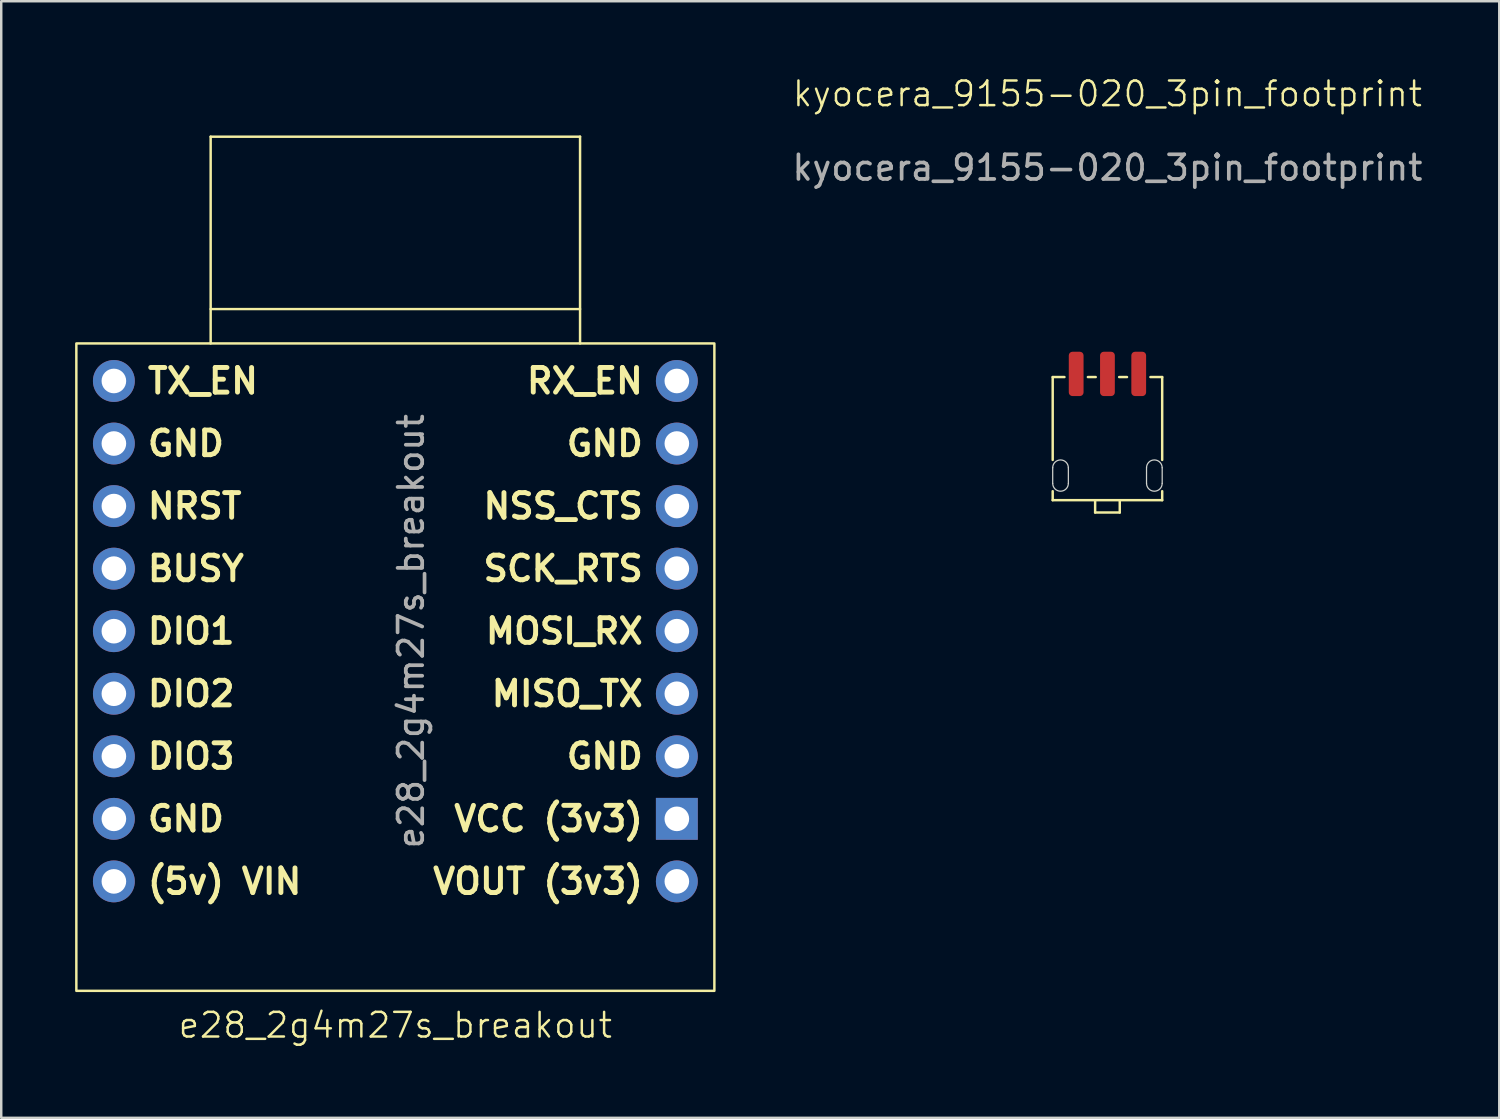
<source format=kicad_pcb>
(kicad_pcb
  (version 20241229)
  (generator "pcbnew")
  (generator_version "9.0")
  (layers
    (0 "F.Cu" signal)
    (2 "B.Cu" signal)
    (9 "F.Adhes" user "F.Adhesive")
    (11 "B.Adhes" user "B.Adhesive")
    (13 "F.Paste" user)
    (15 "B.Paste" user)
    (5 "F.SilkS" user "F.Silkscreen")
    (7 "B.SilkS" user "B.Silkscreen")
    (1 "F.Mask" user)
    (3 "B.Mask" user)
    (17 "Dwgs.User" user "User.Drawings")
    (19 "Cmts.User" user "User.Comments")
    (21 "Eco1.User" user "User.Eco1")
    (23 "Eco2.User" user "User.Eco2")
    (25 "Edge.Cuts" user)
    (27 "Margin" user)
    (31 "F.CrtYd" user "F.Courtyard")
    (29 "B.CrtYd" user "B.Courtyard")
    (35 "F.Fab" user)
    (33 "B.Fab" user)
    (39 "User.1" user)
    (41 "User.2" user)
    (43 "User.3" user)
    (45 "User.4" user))
  (footprint "kyocera_9155-020_3pin_footprint"
    (layer "F.Cu")
    (at 41.919 16.261)
    (property "Reference" "kyocera_9155-020_3pin_footprint" (at 0 -15.5 0) (unlocked yes) (layer "F.SilkS") (effects (font (size 1 1) (thickness 0.1))))
    (attr smd)
    (fp_line (start -2.223 -4) (end -2.223 -0.635) (stroke (width 0.1) (type default)) (layer "F.SilkS"))
    (fp_line (start -2.223 0.635) (end -2.223 1) (stroke (width 0.1) (type default)) (layer "F.SilkS"))
    (fp_line (start -2.223 1) (end 2.223 1) (stroke (width 0.1) (type default)) (layer "F.SilkS"))
    (fp_line (start -1.746 -4) (end -2.223 -4) (stroke (width 0.1) (type default)) (layer "F.SilkS"))
    (fp_line (start -0.794 -4) (end -0.476 -4) (stroke (width 0.1) (type default)) (layer "F.SilkS"))
    (fp_line (start -0.5 1.5) (end -0.5 1) (stroke (width 0.1) (type default)) (layer "F.SilkS"))
    (fp_line (start 0.476 -4) (end 0.794 -4) (stroke (width 0.1) (type default)) (layer "F.SilkS"))
    (fp_line (start 0.5 1.5) (end -0.5 1.5) (stroke (width 0.1) (type default)) (layer "F.SilkS"))
    (fp_line (start 0.5 1.5) (end 0.5 1) (stroke (width 0.1) (type default)) (layer "F.SilkS"))
    (fp_line (start 2.223 -4) (end 1.746 -4) (stroke (width 0.1) (type default)) (layer "F.SilkS"))
    (fp_line (start 2.223 -4) (end 2.223 -0.635) (stroke (width 0.1) (type default)) (layer "F.SilkS"))
    (fp_line (start 2.223 0.635) (end 2.223 1) (stroke (width 0.1) (type default)) (layer "F.SilkS"))
    (fp_line (start -2.223 0.318) (end -2.223 -0.318) (stroke (width 0.05) (type default)) (layer "Edge.Cuts"))
    (fp_line (start -1.587 -0.318) (end -1.587 0.318) (stroke (width 0.05) (type default)) (layer "Edge.Cuts"))
    (fp_line (start 1.587 -0.318) (end 1.587 0.318) (stroke (width 0.05) (type default)) (layer "Edge.Cuts"))
    (fp_line (start 2.223 -0.318) (end 2.223 0.318) (stroke (width 0.05) (type default)) (layer "Edge.Cuts"))
    (fp_arc (start -2.2225 -0.3175) (mid -1.905 -0.635) (end -1.5875 -0.3175) (stroke (width 0.05) (type default)) (layer "Edge.Cuts"))
    (fp_arc (start -1.5875 0.3175) (mid -1.905 0.635) (end -2.2225 0.3175) (stroke (width 0.05) (type default)) (layer "Edge.Cuts"))
    (fp_arc (start 1.5875 -0.3175) (mid 1.905 -0.635) (end 2.2225 -0.3175) (stroke (width 0.05) (type default)) (layer "Edge.Cuts"))
    (fp_arc (start 2.2225 0.3175) (mid 1.905 0.635) (end 1.5875 0.3175) (stroke (width 0.05) (type default)) (layer "Edge.Cuts"))
    (fp_line (start -1.587 -3.81) (end -1.746 -3.969) (stroke (width 0.05) (type default)) (layer "User.1"))
    (fp_line (start -1.587 -3.175) (end -1.587 -3.81) (stroke (width 0.05) (type default)) (layer "User.1"))
    (fp_line (start -1.495 -4.604) (end -1.495 -0.79) (stroke (width 0.05) (type default)) (layer "User.1"))
    (fp_line (start -1.045 -4.604) (end -1.495 -4.604) (stroke (width 0.05) (type default)) (layer "User.1"))
    (fp_line (start -1.045 -4.604) (end -1.045 -0.79) (stroke (width 0.05) (type default)) (layer "User.1"))
    (fp_line (start -1.045 -0.79) (end -1.495 -0.79) (stroke (width 0.05) (type default)) (layer "User.1"))
    (fp_line (start -0.953 -3.81) (end -0.953 -3.175) (stroke (width 0.05) (type default)) (layer "User.1"))
    (fp_line (start -0.953 -3.175) (end -1.587 -3.175) (stroke (width 0.05) (type default)) (layer "User.1"))
    (fp_line (start -0.794 -3.969) (end -0.953 -3.81) (stroke (width 0.05) (type default)) (layer "User.1"))
    (fp_line (start -0.476 -3.969) (end -0.318 -3.81) (stroke (width 0.05) (type default)) (layer "User.1"))
    (fp_line (start -0.318 -3.81) (end -0.318 -3.175) (stroke (width 0.05) (type default)) (layer "User.1"))
    (fp_line (start -0.318 -3.175) (end 0.318 -3.175) (stroke (width 0.05) (type default)) (layer "User.1"))
    (fp_line (start -0.225 -4.604) (end -0.225 -0.79) (stroke (width 0.05) (type default)) (layer "User.1"))
    (fp_line (start 0.225 -4.604) (end -0.225 -4.604) (stroke (width 0.05) (type default)) (layer "User.1"))
    (fp_line (start 0.225 -4.604) (end 0.225 -0.79) (stroke (width 0.05) (type default)) (layer "User.1"))
    (fp_line (start 0.225 -0.79) (end -0.225 -0.79) (stroke (width 0.05) (type default)) (layer "User.1"))
    (fp_line (start 0.318 -3.81) (end 0.476 -3.969) (stroke (width 0.05) (type default)) (layer "User.1"))
    (fp_line (start 0.318 -3.175) (end 0.318 -3.81) (stroke (width 0.05) (type default)) (layer "User.1"))
    (fp_line (start 0.794 -3.969) (end 0.953 -3.81) (stroke (width 0.05) (type default)) (layer "User.1"))
    (fp_line (start 0.953 -3.81) (end 0.953 -3.175) (stroke (width 0.05) (type default)) (layer "User.1"))
    (fp_line (start 0.953 -3.175) (end 1.587 -3.175) (stroke (width 0.05) (type default)) (layer "User.1"))
    (fp_line (start 1.045 -4.604) (end 1.045 -0.79) (stroke (width 0.05) (type default)) (layer "User.1"))
    (fp_line (start 1.495 -4.604) (end 1.045 -4.604) (stroke (width 0.05) (type default)) (layer "User.1"))
    (fp_line (start 1.495 -4.604) (end 1.495 -0.79) (stroke (width 0.05) (type default)) (layer "User.1"))
    (fp_line (start 1.495 -0.79) (end 1.045 -0.79) (stroke (width 0.05) (type default)) (layer "User.1"))
    (fp_line (start 1.587 -3.81) (end 1.746 -3.969) (stroke (width 0.05) (type default)) (layer "User.1"))
    (fp_line (start 1.587 -3.175) (end 1.587 -3.81) (stroke (width 0.05) (type default)) (layer "User.1"))
    (fp_text user "${REFERENCE}" (at 0 -12.5 0) (unlocked yes) (layer "F.Fab") (effects (font (size 1 1) (thickness 0.15))))
    (pad "1" smd roundrect (at -1.27 -4.128 90) (size 1.8 0.6) (layers "F.Cu" "F.Mask" "F.Paste") (roundrect_rratio 0.25))
    (pad "2" smd roundrect (at 0 -4.128 90) (size 1.8 0.6) (layers "F.Cu" "F.Mask" "F.Paste") (roundrect_rratio 0.25))
    (pad "3" smd roundrect (at 1.27 -4.128 90) (size 1.8 0.6) (layers "F.Cu" "F.Mask" "F.Paste") (roundrect_rratio 0.25)))
  (footprint "e28_2g4m27s_breakout"
    (layer "F.Cu")
    (at 13.004 22.58)
    (property "Reference" "e28_2g4m27s_breakout" (at 0 16 0) (unlocked yes) (layer "F.SilkS") (effects (font (size 1 1) (thickness 0.1))))
    (attr through_hole)
    (fp_line (start -7.5 -20.08) (end 7.5 -20.08) (stroke (width 0.1) (type default)) (layer "F.SilkS"))
    (fp_line (start -7.5 -13.08) (end 7.5 -13.08) (stroke (width 0.1) (type default)) (layer "F.SilkS"))
    (fp_line (start -7.5 -11.684) (end -7.5 -20.08) (stroke (width 0.1) (type default)) (layer "F.SilkS"))
    (fp_line (start 7.5 -20.08) (end 7.5 -11.684) (stroke (width 0.1) (type default)) (layer "F.SilkS"))
    (fp_rect (start -12.954 -11.684) (end 12.954 14.605) (stroke (width 0.1) (type default)) (fill no) (layer "F.SilkS"))
    (fp_text user "VOUT (3v3)" (at 10.16 10.16 0) (unlocked yes) (layer "F.SilkS") (effects (font (size 1 1) (thickness 0.2) (bold yes)) (justify right)))
    (fp_text user "SCK_RTS" (at 10.16 -2.54 0) (unlocked yes) (layer "F.SilkS") (effects (font (size 1 1) (thickness 0.2) (bold yes)) (justify right)))
    (fp_text user "BUSY" (at -10.16 -2.54 0) (unlocked yes) (layer "F.SilkS") (effects (font (size 1 1) (thickness 0.2) (bold yes)) (justify left)))
    (fp_text user "GND" (at -10.16 7.62 0) (unlocked yes) (layer "F.SilkS") (effects (font (size 1 1) (thickness 0.2) (bold yes)) (justify left)))
    (fp_text user "VCC (3v3)" (at 10.16 7.62 0) (unlocked yes) (layer "F.SilkS") (effects (font (size 1 1) (thickness 0.2) (bold yes)) (justify right)))
    (fp_text user "GND" (at 10.16 5.08 0) (unlocked yes) (layer "F.SilkS") (effects (font (size 1 1) (thickness 0.2) (bold yes)) (justify right)))
    (fp_text user "DIO2" (at -10.16 2.54 0) (unlocked yes) (layer "F.SilkS") (effects (font (size 1 1) (thickness 0.2) (bold yes)) (justify left)))
    (fp_text user "NRST" (at -10.16 -5.08 0) (unlocked yes) (layer "F.SilkS") (effects (font (size 1 1) (thickness 0.2) (bold yes)) (justify left)))
    (fp_text user "GND" (at 10.16 -7.62 0) (unlocked yes) (layer "F.SilkS") (effects (font (size 1 1) (thickness 0.2) (bold yes)) (justify right)))
    (fp_text user "DIO3" (at -10.16 5.08 0) (unlocked yes) (layer "F.SilkS") (effects (font (size 1 1) (thickness 0.2) (bold yes)) (justify left)))
    (fp_text user "MISO_TX" (at 10.16 2.54 0) (unlocked yes) (layer "F.SilkS") (effects (font (size 1 1) (thickness 0.2) (bold yes)) (justify right)))
    (fp_text user "TX_EN" (at -10.16 -10.16 0) (unlocked yes) (layer "F.SilkS") (effects (font (size 1 1) (thickness 0.2) (bold yes)) (justify left)))
    (fp_text user "MOSI_RX" (at 10.16 0 0) (unlocked yes) (layer "F.SilkS") (effects (font (size 1 1) (thickness 0.2) (bold yes)) (justify right)))
    (fp_text user "DIO1" (at -10.16 0 0) (unlocked yes) (layer "F.SilkS") (effects (font (size 1 1) (thickness 0.2) (bold yes)) (justify left)))
    (fp_text user "GND" (at -10.16 -7.62 0) (unlocked yes) (layer "F.SilkS") (effects (font (size 1 1) (thickness 0.2) (bold yes)) (justify left)))
    (fp_text user "RX_EN" (at 10.16 -10.16 0) (unlocked yes) (layer "F.SilkS") (effects (font (size 1 1) (thickness 0.2) (bold yes)) (justify right)))
    (fp_text user "(5v) VIN" (at -10.16 10.16 0) (unlocked yes) (layer "F.SilkS") (effects (font (size 1 1) (thickness 0.2) (bold yes)) (justify left)))
    (fp_text user "NSS_CTS" (at 10.16 -5.08 0) (unlocked yes) (layer "F.SilkS") (effects (font (size 1 1) (thickness 0.2) (bold yes)) (justify right)))
    (fp_text user "${REFERENCE}" (at 0.635 0 90) (unlocked yes) (layer "F.Fab") (effects (font (size 1 1) (thickness 0.15))))
    (pad "1" thru_hole rect (at 11.43 7.62 180) (size 1.7 1.7) (drill 1) (layers "*.Cu" "*.Mask"))
    (pad "2" thru_hole circle (at 11.43 5.08 180) (size 1.7 1.7) (drill 1) (layers "*.Cu" "*.Mask"))
    (pad "3" thru_hole circle (at 11.43 2.54 180) (size 1.7 1.7) (drill 1) (layers "*.Cu" "*.Mask"))
    (pad "4" thru_hole circle (at 11.43 0 180) (size 1.7 1.7) (drill 1) (layers "*.Cu" "*.Mask"))
    (pad "5" thru_hole circle (at 11.43 -2.54 180) (size 1.7 1.7) (drill 1) (layers "*.Cu" "*.Mask"))
    (pad "6" thru_hole circle (at 11.43 -5.08 180) (size 1.7 1.7) (drill 1) (layers "*.Cu" "*.Mask"))
    (pad "7" thru_hole circle (at 11.43 -7.62 180) (size 1.7 1.7) (drill 1) (layers "*.Cu" "*.Mask"))
    (pad "8" thru_hole circle (at 11.43 -10.16 180) (size 1.7 1.7) (drill 1) (layers "*.Cu" "*.Mask"))
    (pad "9" thru_hole circle (at -11.43 -10.16 180) (size 1.7 1.7) (drill 1) (layers "*.Cu" "*.Mask"))
    (pad "10" thru_hole circle (at -11.43 -7.62 180) (size 1.7 1.7) (drill 1) (layers "*.Cu" "*.Mask"))
    (pad "11" thru_hole circle (at -11.43 -5.08 180) (size 1.7 1.7) (drill 1) (layers "*.Cu" "*.Mask"))
    (pad "12" thru_hole circle (at -11.43 -2.54 180) (size 1.7 1.7) (drill 1) (layers "*.Cu" "*.Mask"))
    (pad "13" thru_hole circle (at -11.43 0 180) (size 1.7 1.7) (drill 1) (layers "*.Cu" "*.Mask"))
    (pad "14" thru_hole circle (at -11.43 2.54 180) (size 1.7 1.7) (drill 1) (layers "*.Cu" "*.Mask"))
    (pad "15" thru_hole circle (at -11.43 5.08 180) (size 1.7 1.7) (drill 1) (layers "*.Cu" "*.Mask"))
    (pad "16" thru_hole circle (at -11.43 7.62 180) (size 1.7 1.7) (drill 1) (layers "*.Cu" "*.Mask"))
    (pad "17" thru_hole circle (at -11.43 10.16 180) (size 1.7 1.7) (drill 1) (layers "*.Cu" "*.Mask"))
    (pad "18" thru_hole circle (at 11.43 10.16 180) (size 1.7 1.7) (drill 1) (layers "*.Cu" "*.Mask"))
    (zone (net_name "") (layers "F.Cu" "B.Cu") (hatch edge 0.5) (connect_pads) (min_thickness 0.25) (filled_areas_thickness no) (keepout (tracks allowed) (vias allowed) (pads allowed) (copperpour not_allowed) (footprints allowed)) (placement (enabled no)) (fill) (polygon (pts (xy 3.004 0) (xy 3.004 9.5) (xy 23.004 9.5) (xy 23.004 0)))))
  (gr_rect
    (start -3 -3)
    (end 57.829 42.34)
    (stroke (width 0.1) (type default))
    (fill no)
    (layer "Edge.Cuts")))
</source>
